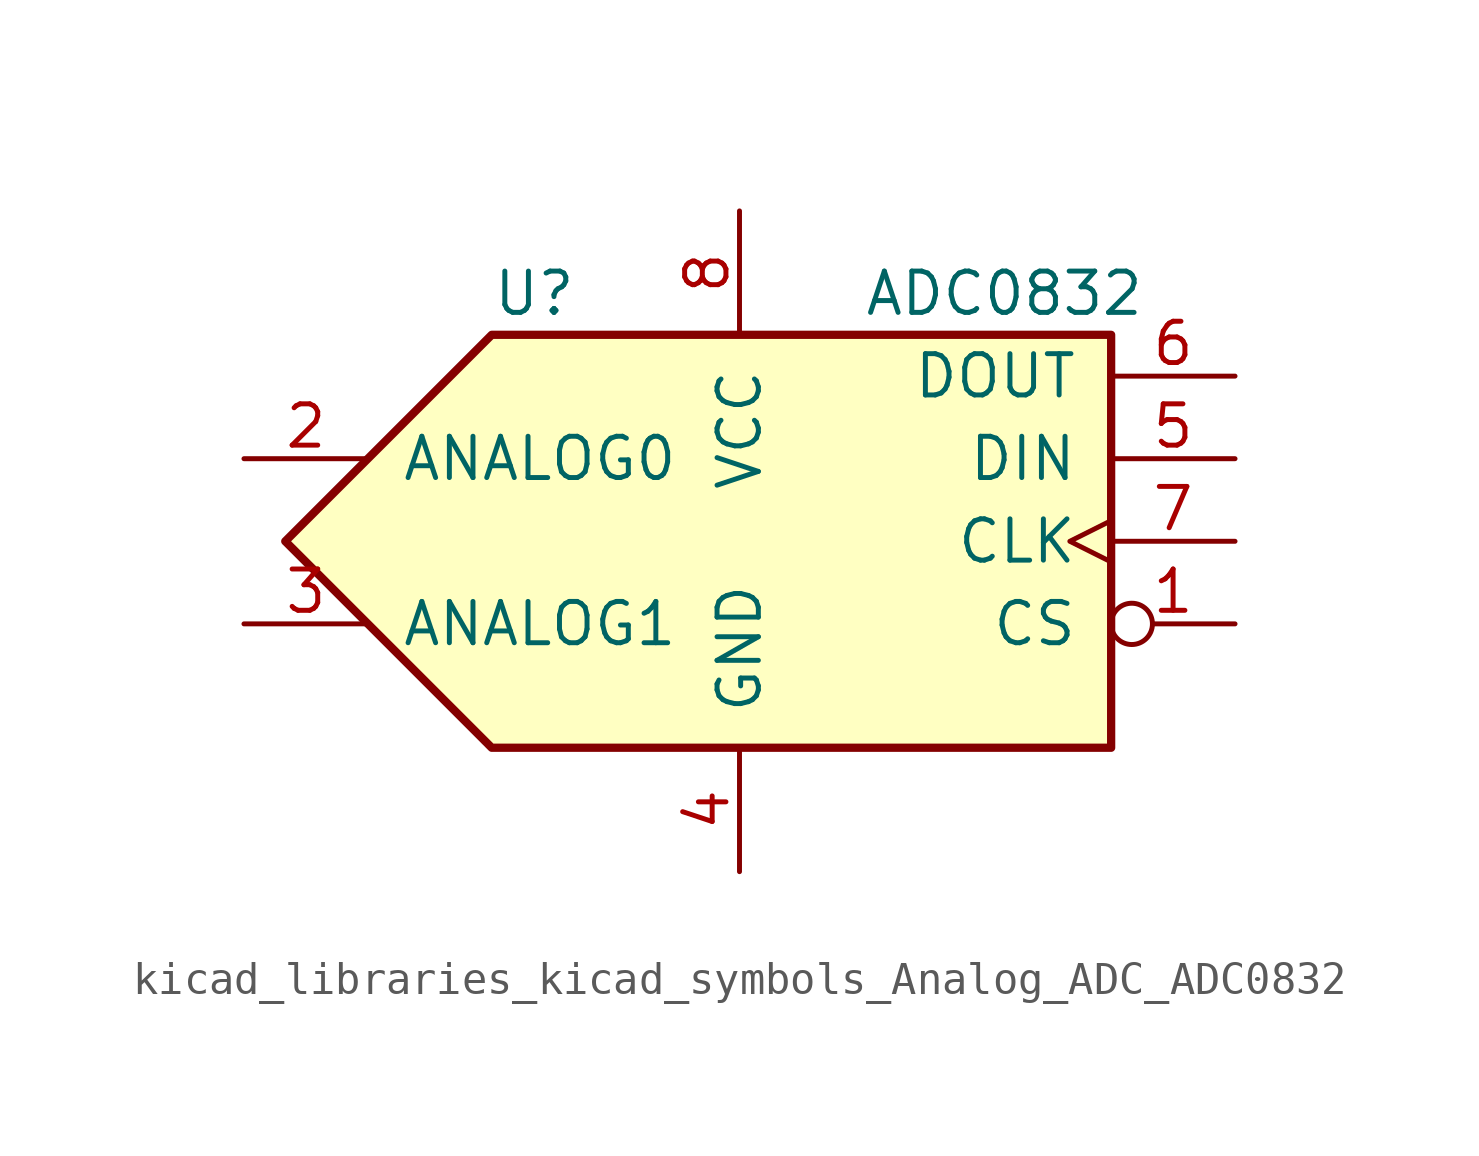
<source format=kicad_sym>
(kicad_symbol_lib
  (version 20220914)
  (generator kicad_symbol_editor)
  (symbol "kicad_libraries_kicad_symbols_Analog_ADC_ADC0832"
    (pin_names
      (offset 1.016))
    (property "Reference" "U"
      (at -7.62 7.62 0)
      (effects (font (size 1.27 1.27)) (justify left)))
    (property "Value" "ADC0832"
      (at 3.81 7.62 0)
      (effects (font (size 1.27 1.27)) (justify left)))
    (symbol "kicad_libraries_kicad_symbols_Analog_ADC_ADC0832_0_1"
      (polyline (pts (xy -13.97 0) (xy -7.62 6.35) (xy 11.43 6.35) (xy 11.43 -6.35) (xy -7.62 -6.35) (xy -13.97 0)) (stroke (width 0.254) (type default)) (fill (type background))))
    (symbol "kicad_libraries_kicad_symbols_Analog_ADC_ADC0832_1_1"
      (pin input inverted (at 15.24 -2.54 180) (length 3.81) (name "CS" (effects (font (size 1.27 1.27)))) (number "1" (effects (font (size 1.27 1.27)))))
      (pin input line (at -15.24 2.54 0) (length 3.81) (name "ANALOG0" (effects (font (size 1.27 1.27)))) (number "2" (effects (font (size 1.27 1.27)))))
      (pin input line (at -15.24 -2.54 0) (length 3.81) (name "ANALOG1" (effects (font (size 1.27 1.27)))) (number "3" (effects (font (size 1.27 1.27)))))
      (pin input line (at 0 -10.16 90) (length 3.81) (name "GND" (effects (font (size 1.27 1.27)))) (number "4" (effects (font (size 1.27 1.27)))))
      (pin input line (at 15.24 2.54 180) (length 3.81) (name "DIN" (effects (font (size 1.27 1.27)))) (number "5" (effects (font (size 1.27 1.27)))))
      (pin output line (at 15.24 5.08 180) (length 3.81) (name "DOUT" (effects (font (size 1.27 1.27)))) (number "6" (effects (font (size 1.27 1.27)))))
      (pin input clock (at 15.24 0 180) (length 3.81) (name "CLK" (effects (font (size 1.27 1.27)))) (number "7" (effects (font (size 1.27 1.27)))))
      (pin input line (at 0 10.16 270) (length 3.81) (name "VCC" (effects (font (size 1.27 1.27)))) (number "8" (effects (font (size 1.27 1.27))))))))
</source>
